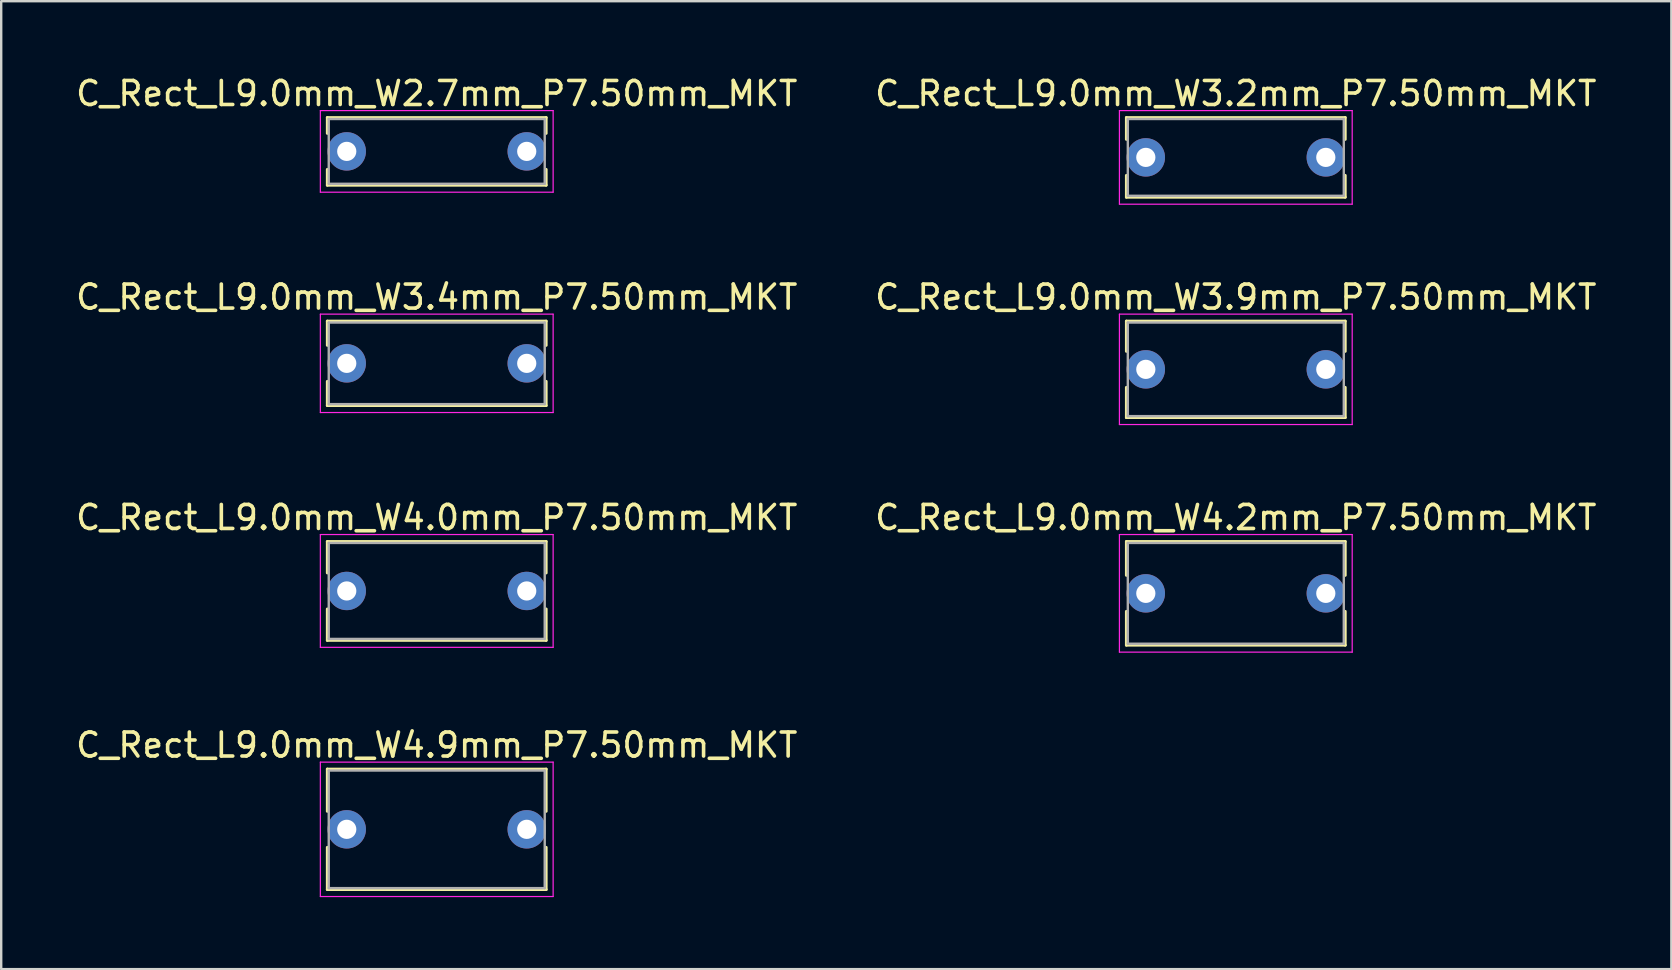
<source format=kicad_pcb>
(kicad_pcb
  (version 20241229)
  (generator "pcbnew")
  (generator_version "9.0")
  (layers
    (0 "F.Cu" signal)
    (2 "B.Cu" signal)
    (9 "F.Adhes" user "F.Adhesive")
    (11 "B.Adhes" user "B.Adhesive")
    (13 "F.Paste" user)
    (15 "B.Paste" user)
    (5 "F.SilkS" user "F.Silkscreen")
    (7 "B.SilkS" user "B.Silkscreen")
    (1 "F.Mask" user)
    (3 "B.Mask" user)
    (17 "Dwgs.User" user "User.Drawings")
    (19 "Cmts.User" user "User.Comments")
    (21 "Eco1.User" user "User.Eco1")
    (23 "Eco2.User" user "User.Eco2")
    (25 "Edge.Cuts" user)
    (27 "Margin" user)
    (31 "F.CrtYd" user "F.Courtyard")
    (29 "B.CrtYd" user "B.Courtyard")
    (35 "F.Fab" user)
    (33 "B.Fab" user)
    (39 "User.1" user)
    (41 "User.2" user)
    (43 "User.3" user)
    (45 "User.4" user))
  (footprint "C_Rect_L9.0mm_W2.7mm_P7.50mm_MKT"
    (layer "F.Cu")
    (at 11.399 3.258)
    (property "Reference" "C_Rect_L9.0mm_W2.7mm_P7.50mm_MKT" (at 3.75 -2.41 0) (layer "F.SilkS") (effects (font (size 1 1) (thickness 0.15))))
    (attr through_hole)
    (fp_line (start -0.81 -1.41) (end -0.81 -0.75) (stroke (width 0.12) (type solid)) (layer "F.SilkS"))
    (fp_line (start -0.81 -1.41) (end 8.31 -1.41) (stroke (width 0.12) (type solid)) (layer "F.SilkS"))
    (fp_line (start -0.81 0.75) (end -0.81 1.41) (stroke (width 0.12) (type solid)) (layer "F.SilkS"))
    (fp_line (start -0.81 1.41) (end 8.31 1.41) (stroke (width 0.12) (type solid)) (layer "F.SilkS"))
    (fp_line (start 8.31 -1.41) (end 8.31 -0.75) (stroke (width 0.12) (type solid)) (layer "F.SilkS"))
    (fp_line (start 8.31 0.75) (end 8.31 1.41) (stroke (width 0.12) (type solid)) (layer "F.SilkS"))
    (fp_line (start -1.1 -1.7) (end -1.1 1.7) (stroke (width 0.05) (type solid)) (layer "F.CrtYd"))
    (fp_line (start -1.1 1.7) (end 8.6 1.7) (stroke (width 0.05) (type solid)) (layer "F.CrtYd"))
    (fp_line (start 8.6 -1.7) (end -1.1 -1.7) (stroke (width 0.05) (type solid)) (layer "F.CrtYd"))
    (fp_line (start 8.6 1.7) (end 8.6 -1.7) (stroke (width 0.05) (type solid)) (layer "F.CrtYd"))
    (fp_line (start -0.75 -1.35) (end -0.75 1.35) (stroke (width 0.1) (type solid)) (layer "F.Fab"))
    (fp_line (start -0.75 1.35) (end 8.25 1.35) (stroke (width 0.1) (type solid)) (layer "F.Fab"))
    (fp_line (start 8.25 -1.35) (end -0.75 -1.35) (stroke (width 0.1) (type solid)) (layer "F.Fab"))
    (fp_line (start 8.25 1.35) (end 8.25 -1.35) (stroke (width 0.1) (type solid)) (layer "F.Fab"))
    (pad "1" thru_hole circle (at 0 0) (size 1.6 1.6) (drill 0.8) (layers "*.Cu" "*.Mask"))
    (pad "2" thru_hole circle (at 7.5 0) (size 1.6 1.6) (drill 0.8) (layers "*.Cu" "*.Mask")))
  (footprint "C_Rect_L9.0mm_W3.2mm_P7.50mm_MKT"
    (layer "F.Cu")
    (at 44.696 3.508)
    (property "Reference" "C_Rect_L9.0mm_W3.2mm_P7.50mm_MKT" (at 3.75 -2.66 0) (layer "F.SilkS") (effects (font (size 1 1) (thickness 0.15))))
    (attr through_hole)
    (fp_line (start -0.81 -1.66) (end -0.81 -0.75) (stroke (width 0.12) (type solid)) (layer "F.SilkS"))
    (fp_line (start -0.81 -1.66) (end 8.31 -1.66) (stroke (width 0.12) (type solid)) (layer "F.SilkS"))
    (fp_line (start -0.81 0.75) (end -0.81 1.66) (stroke (width 0.12) (type solid)) (layer "F.SilkS"))
    (fp_line (start -0.81 1.66) (end 8.31 1.66) (stroke (width 0.12) (type solid)) (layer "F.SilkS"))
    (fp_line (start 8.31 -1.66) (end 8.31 -0.75) (stroke (width 0.12) (type solid)) (layer "F.SilkS"))
    (fp_line (start 8.31 0.75) (end 8.31 1.66) (stroke (width 0.12) (type solid)) (layer "F.SilkS"))
    (fp_line (start -1.1 -1.95) (end -1.1 1.95) (stroke (width 0.05) (type solid)) (layer "F.CrtYd"))
    (fp_line (start -1.1 1.95) (end 8.6 1.95) (stroke (width 0.05) (type solid)) (layer "F.CrtYd"))
    (fp_line (start 8.6 -1.95) (end -1.1 -1.95) (stroke (width 0.05) (type solid)) (layer "F.CrtYd"))
    (fp_line (start 8.6 1.95) (end 8.6 -1.95) (stroke (width 0.05) (type solid)) (layer "F.CrtYd"))
    (fp_line (start -0.75 -1.6) (end -0.75 1.6) (stroke (width 0.1) (type solid)) (layer "F.Fab"))
    (fp_line (start -0.75 1.6) (end 8.25 1.6) (stroke (width 0.1) (type solid)) (layer "F.Fab"))
    (fp_line (start 8.25 -1.6) (end -0.75 -1.6) (stroke (width 0.1) (type solid)) (layer "F.Fab"))
    (fp_line (start 8.25 1.6) (end 8.25 -1.6) (stroke (width 0.1) (type solid)) (layer "F.Fab"))
    (pad "1" thru_hole circle (at 0 0) (size 1.6 1.6) (drill 0.8) (layers "*.Cu" "*.Mask"))
    (pad "2" thru_hole circle (at 7.5 0) (size 1.6 1.6) (drill 0.8) (layers "*.Cu" "*.Mask")))
  (footprint "C_Rect_L9.0mm_W4.2mm_P7.50mm_MKT"
    (layer "F.Cu")
    (at 44.696 21.675)
    (property "Reference" "C_Rect_L9.0mm_W4.2mm_P7.50mm_MKT" (at 3.75 -3.16 0) (layer "F.SilkS") (effects (font (size 1 1) (thickness 0.15))))
    (attr through_hole)
    (fp_line (start -0.81 -2.16) (end -0.81 -0.75) (stroke (width 0.12) (type solid)) (layer "F.SilkS"))
    (fp_line (start -0.81 -2.16) (end 8.31 -2.16) (stroke (width 0.12) (type solid)) (layer "F.SilkS"))
    (fp_line (start -0.81 0.75) (end -0.81 2.16) (stroke (width 0.12) (type solid)) (layer "F.SilkS"))
    (fp_line (start -0.81 2.16) (end 8.31 2.16) (stroke (width 0.12) (type solid)) (layer "F.SilkS"))
    (fp_line (start 8.31 -2.16) (end 8.31 -0.75) (stroke (width 0.12) (type solid)) (layer "F.SilkS"))
    (fp_line (start 8.31 0.75) (end 8.31 2.16) (stroke (width 0.12) (type solid)) (layer "F.SilkS"))
    (fp_line (start -1.1 -2.45) (end -1.1 2.45) (stroke (width 0.05) (type solid)) (layer "F.CrtYd"))
    (fp_line (start -1.1 2.45) (end 8.6 2.45) (stroke (width 0.05) (type solid)) (layer "F.CrtYd"))
    (fp_line (start 8.6 -2.45) (end -1.1 -2.45) (stroke (width 0.05) (type solid)) (layer "F.CrtYd"))
    (fp_line (start 8.6 2.45) (end 8.6 -2.45) (stroke (width 0.05) (type solid)) (layer "F.CrtYd"))
    (fp_line (start -0.75 -2.1) (end -0.75 2.1) (stroke (width 0.1) (type solid)) (layer "F.Fab"))
    (fp_line (start -0.75 2.1) (end 8.25 2.1) (stroke (width 0.1) (type solid)) (layer "F.Fab"))
    (fp_line (start 8.25 -2.1) (end -0.75 -2.1) (stroke (width 0.1) (type solid)) (layer "F.Fab"))
    (fp_line (start 8.25 2.1) (end 8.25 -2.1) (stroke (width 0.1) (type solid)) (layer "F.Fab"))
    (pad "1" thru_hole circle (at 0 0) (size 1.6 1.6) (drill 0.8) (layers "*.Cu" "*.Mask"))
    (pad "2" thru_hole circle (at 7.5 0) (size 1.6 1.6) (drill 0.8) (layers "*.Cu" "*.Mask")))
  (footprint "C_Rect_L9.0mm_W3.9mm_P7.50mm_MKT"
    (layer "F.Cu")
    (at 44.696 12.341)
    (property "Reference" "C_Rect_L9.0mm_W3.9mm_P7.50mm_MKT" (at 3.75 -3.01 0) (layer "F.SilkS") (effects (font (size 1 1) (thickness 0.15))))
    (attr through_hole)
    (fp_line (start -0.81 -2.01) (end -0.81 -0.75) (stroke (width 0.12) (type solid)) (layer "F.SilkS"))
    (fp_line (start -0.81 -2.01) (end 8.31 -2.01) (stroke (width 0.12) (type solid)) (layer "F.SilkS"))
    (fp_line (start -0.81 0.75) (end -0.81 2.01) (stroke (width 0.12) (type solid)) (layer "F.SilkS"))
    (fp_line (start -0.81 2.01) (end 8.31 2.01) (stroke (width 0.12) (type solid)) (layer "F.SilkS"))
    (fp_line (start 8.31 -2.01) (end 8.31 -0.75) (stroke (width 0.12) (type solid)) (layer "F.SilkS"))
    (fp_line (start 8.31 0.75) (end 8.31 2.01) (stroke (width 0.12) (type solid)) (layer "F.SilkS"))
    (fp_line (start -1.1 -2.3) (end -1.1 2.3) (stroke (width 0.05) (type solid)) (layer "F.CrtYd"))
    (fp_line (start -1.1 2.3) (end 8.6 2.3) (stroke (width 0.05) (type solid)) (layer "F.CrtYd"))
    (fp_line (start 8.6 -2.3) (end -1.1 -2.3) (stroke (width 0.05) (type solid)) (layer "F.CrtYd"))
    (fp_line (start 8.6 2.3) (end 8.6 -2.3) (stroke (width 0.05) (type solid)) (layer "F.CrtYd"))
    (fp_line (start -0.75 -1.95) (end -0.75 1.95) (stroke (width 0.1) (type solid)) (layer "F.Fab"))
    (fp_line (start -0.75 1.95) (end 8.25 1.95) (stroke (width 0.1) (type solid)) (layer "F.Fab"))
    (fp_line (start 8.25 -1.95) (end -0.75 -1.95) (stroke (width 0.1) (type solid)) (layer "F.Fab"))
    (fp_line (start 8.25 1.95) (end 8.25 -1.95) (stroke (width 0.1) (type solid)) (layer "F.Fab"))
    (pad "1" thru_hole circle (at 0 0) (size 1.6 1.6) (drill 0.8) (layers "*.Cu" "*.Mask"))
    (pad "2" thru_hole circle (at 7.5 0) (size 1.6 1.6) (drill 0.8) (layers "*.Cu" "*.Mask")))
  (footprint "C_Rect_L9.0mm_W4.9mm_P7.50mm_MKT"
    (layer "F.Cu")
    (at 11.399 31.508)
    (property "Reference" "C_Rect_L9.0mm_W4.9mm_P7.50mm_MKT" (at 3.75 -3.51 0) (layer "F.SilkS") (effects (font (size 1 1) (thickness 0.15))))
    (attr through_hole)
    (fp_line (start -0.81 -2.51) (end -0.81 -0.75) (stroke (width 0.12) (type solid)) (layer "F.SilkS"))
    (fp_line (start -0.81 -2.51) (end 8.31 -2.51) (stroke (width 0.12) (type solid)) (layer "F.SilkS"))
    (fp_line (start -0.81 0.75) (end -0.81 2.51) (stroke (width 0.12) (type solid)) (layer "F.SilkS"))
    (fp_line (start -0.81 2.51) (end 8.31 2.51) (stroke (width 0.12) (type solid)) (layer "F.SilkS"))
    (fp_line (start 8.31 -2.51) (end 8.31 -0.75) (stroke (width 0.12) (type solid)) (layer "F.SilkS"))
    (fp_line (start 8.31 0.75) (end 8.31 2.51) (stroke (width 0.12) (type solid)) (layer "F.SilkS"))
    (fp_line (start -1.1 -2.8) (end -1.1 2.8) (stroke (width 0.05) (type solid)) (layer "F.CrtYd"))
    (fp_line (start -1.1 2.8) (end 8.6 2.8) (stroke (width 0.05) (type solid)) (layer "F.CrtYd"))
    (fp_line (start 8.6 -2.8) (end -1.1 -2.8) (stroke (width 0.05) (type solid)) (layer "F.CrtYd"))
    (fp_line (start 8.6 2.8) (end 8.6 -2.8) (stroke (width 0.05) (type solid)) (layer "F.CrtYd"))
    (fp_line (start -0.75 -2.45) (end -0.75 2.45) (stroke (width 0.1) (type solid)) (layer "F.Fab"))
    (fp_line (start -0.75 2.45) (end 8.25 2.45) (stroke (width 0.1) (type solid)) (layer "F.Fab"))
    (fp_line (start 8.25 -2.45) (end -0.75 -2.45) (stroke (width 0.1) (type solid)) (layer "F.Fab"))
    (fp_line (start 8.25 2.45) (end 8.25 -2.45) (stroke (width 0.1) (type solid)) (layer "F.Fab"))
    (pad "1" thru_hole circle (at 0 0) (size 1.6 1.6) (drill 0.8) (layers "*.Cu" "*.Mask"))
    (pad "2" thru_hole circle (at 7.5 0) (size 1.6 1.6) (drill 0.8) (layers "*.Cu" "*.Mask")))
  (footprint "C_Rect_L9.0mm_W4.0mm_P7.50mm_MKT"
    (layer "F.Cu")
    (at 11.399 21.575)
    (property "Reference" "C_Rect_L9.0mm_W4.0mm_P7.50mm_MKT" (at 3.75 -3.06 0) (layer "F.SilkS") (effects (font (size 1 1) (thickness 0.15))))
    (attr through_hole)
    (fp_line (start -0.81 -2.06) (end -0.81 -0.75) (stroke (width 0.12) (type solid)) (layer "F.SilkS"))
    (fp_line (start -0.81 -2.06) (end 8.31 -2.06) (stroke (width 0.12) (type solid)) (layer "F.SilkS"))
    (fp_line (start -0.81 0.75) (end -0.81 2.06) (stroke (width 0.12) (type solid)) (layer "F.SilkS"))
    (fp_line (start -0.81 2.06) (end 8.31 2.06) (stroke (width 0.12) (type solid)) (layer "F.SilkS"))
    (fp_line (start 8.31 -2.06) (end 8.31 -0.75) (stroke (width 0.12) (type solid)) (layer "F.SilkS"))
    (fp_line (start 8.31 0.75) (end 8.31 2.06) (stroke (width 0.12) (type solid)) (layer "F.SilkS"))
    (fp_line (start -1.1 -2.35) (end -1.1 2.35) (stroke (width 0.05) (type solid)) (layer "F.CrtYd"))
    (fp_line (start -1.1 2.35) (end 8.6 2.35) (stroke (width 0.05) (type solid)) (layer "F.CrtYd"))
    (fp_line (start 8.6 -2.35) (end -1.1 -2.35) (stroke (width 0.05) (type solid)) (layer "F.CrtYd"))
    (fp_line (start 8.6 2.35) (end 8.6 -2.35) (stroke (width 0.05) (type solid)) (layer "F.CrtYd"))
    (fp_line (start -0.75 -2) (end -0.75 2) (stroke (width 0.1) (type solid)) (layer "F.Fab"))
    (fp_line (start -0.75 2) (end 8.25 2) (stroke (width 0.1) (type solid)) (layer "F.Fab"))
    (fp_line (start 8.25 -2) (end -0.75 -2) (stroke (width 0.1) (type solid)) (layer "F.Fab"))
    (fp_line (start 8.25 2) (end 8.25 -2) (stroke (width 0.1) (type solid)) (layer "F.Fab"))
    (pad "1" thru_hole circle (at 0 0) (size 1.6 1.6) (drill 0.8) (layers "*.Cu" "*.Mask"))
    (pad "2" thru_hole circle (at 7.5 0) (size 1.6 1.6) (drill 0.8) (layers "*.Cu" "*.Mask")))
  (footprint "C_Rect_L9.0mm_W3.4mm_P7.50mm_MKT"
    (layer "F.Cu")
    (at 11.399 12.091)
    (property "Reference" "C_Rect_L9.0mm_W3.4mm_P7.50mm_MKT" (at 3.75 -2.76 0) (layer "F.SilkS") (effects (font (size 1 1) (thickness 0.15))))
    (attr through_hole)
    (fp_line (start -0.81 -1.76) (end -0.81 -0.75) (stroke (width 0.12) (type solid)) (layer "F.SilkS"))
    (fp_line (start -0.81 -1.76) (end 8.31 -1.76) (stroke (width 0.12) (type solid)) (layer "F.SilkS"))
    (fp_line (start -0.81 0.75) (end -0.81 1.76) (stroke (width 0.12) (type solid)) (layer "F.SilkS"))
    (fp_line (start -0.81 1.76) (end 8.31 1.76) (stroke (width 0.12) (type solid)) (layer "F.SilkS"))
    (fp_line (start 8.31 -1.76) (end 8.31 -0.75) (stroke (width 0.12) (type solid)) (layer "F.SilkS"))
    (fp_line (start 8.31 0.75) (end 8.31 1.76) (stroke (width 0.12) (type solid)) (layer "F.SilkS"))
    (fp_line (start -1.1 -2.05) (end -1.1 2.05) (stroke (width 0.05) (type solid)) (layer "F.CrtYd"))
    (fp_line (start -1.1 2.05) (end 8.6 2.05) (stroke (width 0.05) (type solid)) (layer "F.CrtYd"))
    (fp_line (start 8.6 -2.05) (end -1.1 -2.05) (stroke (width 0.05) (type solid)) (layer "F.CrtYd"))
    (fp_line (start 8.6 2.05) (end 8.6 -2.05) (stroke (width 0.05) (type solid)) (layer "F.CrtYd"))
    (fp_line (start -0.75 -1.7) (end -0.75 1.7) (stroke (width 0.1) (type solid)) (layer "F.Fab"))
    (fp_line (start -0.75 1.7) (end 8.25 1.7) (stroke (width 0.1) (type solid)) (layer "F.Fab"))
    (fp_line (start 8.25 -1.7) (end -0.75 -1.7) (stroke (width 0.1) (type solid)) (layer "F.Fab"))
    (fp_line (start 8.25 1.7) (end 8.25 -1.7) (stroke (width 0.1) (type solid)) (layer "F.Fab"))
    (pad "1" thru_hole circle (at 0 0) (size 1.6 1.6) (drill 0.8) (layers "*.Cu" "*.Mask"))
    (pad "2" thru_hole circle (at 7.5 0) (size 1.6 1.6) (drill 0.8) (layers "*.Cu" "*.Mask")))
  (gr_rect
    (start -3 -3)
    (end 66.595 37.333)
    (stroke (width 0.1) (type default))
    (fill no)
    (layer "Edge.Cuts")))
</source>
